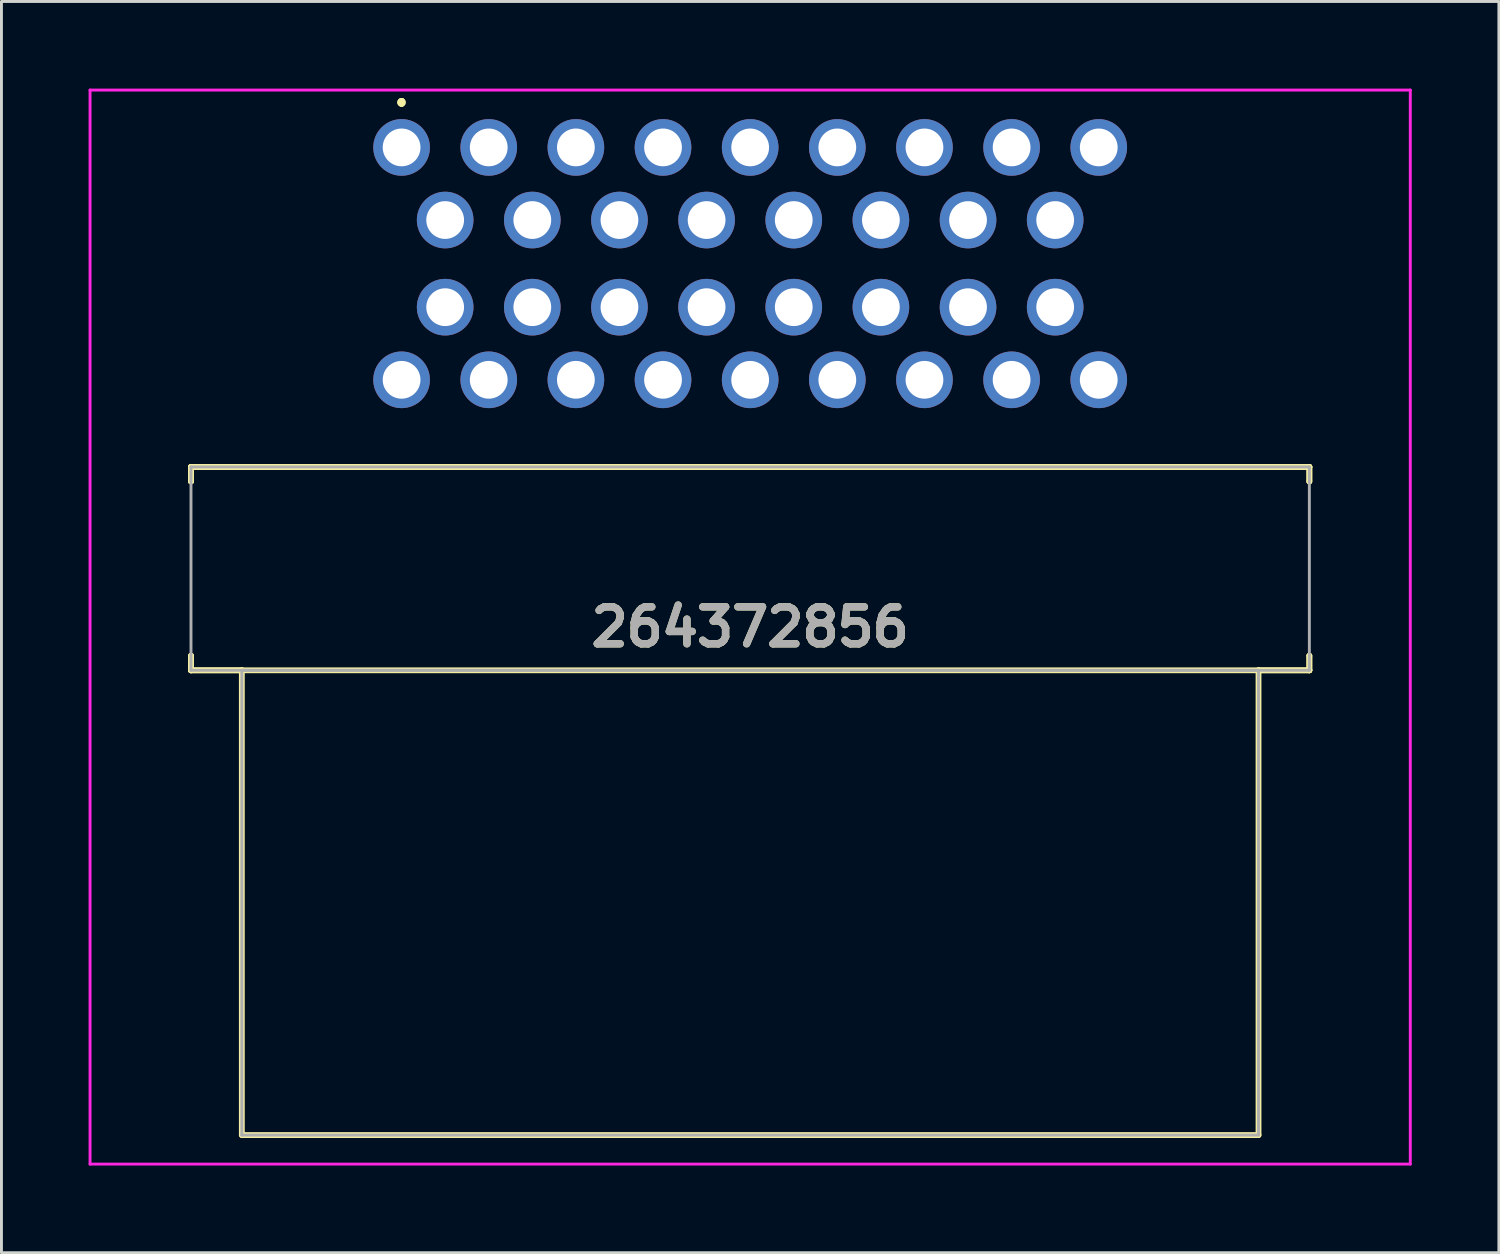
<source format=kicad_pcb>
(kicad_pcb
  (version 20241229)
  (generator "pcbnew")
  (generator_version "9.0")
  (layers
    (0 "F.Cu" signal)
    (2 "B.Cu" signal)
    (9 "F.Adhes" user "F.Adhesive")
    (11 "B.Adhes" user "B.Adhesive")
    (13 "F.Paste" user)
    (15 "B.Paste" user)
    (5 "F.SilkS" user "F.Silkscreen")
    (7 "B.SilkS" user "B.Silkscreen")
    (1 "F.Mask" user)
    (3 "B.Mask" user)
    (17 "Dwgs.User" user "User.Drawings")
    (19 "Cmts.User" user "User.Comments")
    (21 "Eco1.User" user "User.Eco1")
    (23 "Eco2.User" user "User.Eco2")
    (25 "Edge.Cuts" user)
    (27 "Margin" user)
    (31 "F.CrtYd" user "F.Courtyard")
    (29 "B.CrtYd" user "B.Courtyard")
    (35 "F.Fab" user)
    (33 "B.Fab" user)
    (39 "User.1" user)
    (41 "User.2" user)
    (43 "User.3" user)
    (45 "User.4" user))
  (footprint "264372856"
    (layer "F.Cu")
    (at 10.775 2.025)
    (property "Reference" "264372856" (at 12 16.512 0) (layer "F.SilkS") (effects (font (size 1.27 1.27) (thickness 0.254))))
    (attr through_hole)
    (fp_line (start -7.25 11) (end -7.25 11) (stroke (width 0.2) (type solid)) (layer "F.SilkS"))
    (fp_line (start -7.25 11) (end -7.25 11) (stroke (width 0.2) (type solid)) (layer "F.SilkS"))
    (fp_line (start -7.25 11) (end -7.25 11.5) (stroke (width 0.2) (type solid)) (layer "F.SilkS"))
    (fp_line (start -7.25 11) (end 31.25 11) (stroke (width 0.2) (type solid)) (layer "F.SilkS"))
    (fp_line (start -7.25 11.5) (end -7.25 11) (stroke (width 0.2) (type solid)) (layer "F.SilkS"))
    (fp_line (start -7.25 11.5) (end -7.25 11.5) (stroke (width 0.2) (type solid)) (layer "F.SilkS"))
    (fp_line (start -7.25 17.5) (end -7.25 17.5) (stroke (width 0.2) (type solid)) (layer "F.SilkS"))
    (fp_line (start -7.25 17.5) (end -7.25 18) (stroke (width 0.2) (type solid)) (layer "F.SilkS"))
    (fp_line (start -7.25 18) (end -7.25 17.5) (stroke (width 0.2) (type solid)) (layer "F.SilkS"))
    (fp_line (start -7.25 18) (end -7.25 18) (stroke (width 0.2) (type solid)) (layer "F.SilkS"))
    (fp_line (start -7.25 18) (end -7.25 18) (stroke (width 0.2) (type solid)) (layer "F.SilkS"))
    (fp_line (start -7.25 18) (end -5.5 18) (stroke (width 0.2) (type solid)) (layer "F.SilkS"))
    (fp_line (start -5.5 18) (end -7.25 18) (stroke (width 0.2) (type solid)) (layer "F.SilkS"))
    (fp_line (start -5.5 18) (end -5.5 18) (stroke (width 0.2) (type solid)) (layer "F.SilkS"))
    (fp_line (start -5.5 18) (end 29.5 18) (stroke (width 0.2) (type solid)) (layer "F.SilkS"))
    (fp_line (start -5.5 34) (end -5.5 18) (stroke (width 0.2) (type solid)) (layer "F.SilkS"))
    (fp_line (start 0 -1.6) (end 0 -1.6) (stroke (width 0.2) (type solid)) (layer "F.SilkS"))
    (fp_line (start 0 -1.6) (end 0 -1.6) (stroke (width 0.2) (type solid)) (layer "F.SilkS"))
    (fp_line (start 0 -1.5) (end 0 -1.5) (stroke (width 0.2) (type solid)) (layer "F.SilkS"))
    (fp_line (start 29.5 18) (end 29.5 18) (stroke (width 0.2) (type solid)) (layer "F.SilkS"))
    (fp_line (start 29.5 18) (end 29.5 34) (stroke (width 0.2) (type solid)) (layer "F.SilkS"))
    (fp_line (start 29.5 18) (end 31.25 18) (stroke (width 0.2) (type solid)) (layer "F.SilkS"))
    (fp_line (start 29.5 34) (end -5.5 34) (stroke (width 0.2) (type solid)) (layer "F.SilkS"))
    (fp_line (start 31.25 11) (end -7.25 11) (stroke (width 0.2) (type solid)) (layer "F.SilkS"))
    (fp_line (start 31.25 11) (end 31.25 11) (stroke (width 0.2) (type solid)) (layer "F.SilkS"))
    (fp_line (start 31.25 11) (end 31.25 11) (stroke (width 0.2) (type solid)) (layer "F.SilkS"))
    (fp_line (start 31.25 11) (end 31.25 11.5) (stroke (width 0.2) (type solid)) (layer "F.SilkS"))
    (fp_line (start 31.25 11.5) (end 31.25 11) (stroke (width 0.2) (type solid)) (layer "F.SilkS"))
    (fp_line (start 31.25 11.5) (end 31.25 11.5) (stroke (width 0.2) (type solid)) (layer "F.SilkS"))
    (fp_line (start 31.25 17.5) (end 31.25 17.5) (stroke (width 0.2) (type solid)) (layer "F.SilkS"))
    (fp_line (start 31.25 17.5) (end 31.25 18) (stroke (width 0.2) (type solid)) (layer "F.SilkS"))
    (fp_line (start 31.25 18) (end 29.5 18) (stroke (width 0.2) (type solid)) (layer "F.SilkS"))
    (fp_line (start 31.25 18) (end 31.25 17.5) (stroke (width 0.2) (type solid)) (layer "F.SilkS"))
    (fp_line (start 31.25 18) (end 31.25 18) (stroke (width 0.2) (type solid)) (layer "F.SilkS"))
    (fp_line (start 31.25 18) (end 31.25 18) (stroke (width 0.2) (type solid)) (layer "F.SilkS"))
    (fp_arc (start 0 -1.6) (mid 0.05 -1.55) (end 0 -1.5) (stroke (width 0.2) (type solid)) (layer "F.SilkS"))
    (fp_arc (start 0 -1.5) (mid -0.05 -1.55) (end 0 -1.6) (stroke (width 0.2) (type solid)) (layer "F.SilkS"))
    (fp_arc (start 0 -1.5) (mid -0.05 -1.55) (end 0 -1.6) (stroke (width 0.2) (type solid)) (layer "F.SilkS"))
    (fp_line (start -10.725 -1.975) (end 34.725 -1.975) (stroke (width 0.1) (type solid)) (layer "F.CrtYd"))
    (fp_line (start -10.725 35) (end -10.725 -1.975) (stroke (width 0.1) (type solid)) (layer "F.CrtYd"))
    (fp_line (start 34.725 -1.975) (end 34.725 35) (stroke (width 0.1) (type solid)) (layer "F.CrtYd"))
    (fp_line (start 34.725 35) (end -10.725 35) (stroke (width 0.1) (type solid)) (layer "F.CrtYd"))
    (fp_line (start -7.25 11) (end 31.25 11) (stroke (width 0.1) (type solid)) (layer "F.Fab"))
    (fp_line (start -7.25 18) (end -7.25 11) (stroke (width 0.1) (type solid)) (layer "F.Fab"))
    (fp_line (start -5.5 18) (end 29.5 18) (stroke (width 0.1) (type solid)) (layer "F.Fab"))
    (fp_line (start -5.5 34) (end -5.5 18) (stroke (width 0.1) (type solid)) (layer "F.Fab"))
    (fp_line (start 29.5 18) (end 29.5 34) (stroke (width 0.1) (type solid)) (layer "F.Fab"))
    (fp_line (start 29.5 34) (end -5.5 34) (stroke (width 0.1) (type solid)) (layer "F.Fab"))
    (fp_line (start 31.25 11) (end 31.25 18) (stroke (width 0.1) (type solid)) (layer "F.Fab"))
    (fp_line (start 31.25 18) (end -7.25 18) (stroke (width 0.1) (type solid)) (layer "F.Fab"))
    (fp_text user "${REFERENCE}" (at 12 16.512 0) (layer "F.Fab") (effects (font (size 1.27 1.27) (thickness 0.254))))
    (pad "" np_thru_hole circle (at -7.25 14.5) (size 0.001 0.001) (drill 3.3) (layers "*.Cu" "*.Mask"))
    (pad "" np_thru_hole circle (at 31.25 14.5) (size 0.001 0.001) (drill 3.3) (layers "*.Cu" "*.Mask"))
    (pad "1" thru_hole circle (at 0 0) (size 1.95 1.95) (drill 1.3) (layers "*.Cu" "*.Mask"))
    (pad "2" thru_hole circle (at 3 0) (size 1.95 1.95) (drill 1.3) (layers "*.Cu" "*.Mask"))
    (pad "3" thru_hole circle (at 6 0) (size 1.95 1.95) (drill 1.3) (layers "*.Cu" "*.Mask"))
    (pad "4" thru_hole circle (at 9 0) (size 1.95 1.95) (drill 1.3) (layers "*.Cu" "*.Mask"))
    (pad "5" thru_hole circle (at 12 0) (size 1.95 1.95) (drill 1.3) (layers "*.Cu" "*.Mask"))
    (pad "6" thru_hole circle (at 15 0) (size 1.95 1.95) (drill 1.3) (layers "*.Cu" "*.Mask"))
    (pad "7" thru_hole circle (at 18 0) (size 1.95 1.95) (drill 1.3) (layers "*.Cu" "*.Mask"))
    (pad "8" thru_hole circle (at 21 0) (size 1.95 1.95) (drill 1.3) (layers "*.Cu" "*.Mask"))
    (pad "9" thru_hole circle (at 24 0) (size 1.95 1.95) (drill 1.3) (layers "*.Cu" "*.Mask"))
    (pad "10" thru_hole circle (at 1.5 2.5) (size 1.95 1.95) (drill 1.3) (layers "*.Cu" "*.Mask"))
    (pad "11" thru_hole circle (at 4.5 2.5) (size 1.95 1.95) (drill 1.3) (layers "*.Cu" "*.Mask"))
    (pad "12" thru_hole circle (at 7.5 2.5) (size 1.95 1.95) (drill 1.3) (layers "*.Cu" "*.Mask"))
    (pad "13" thru_hole circle (at 10.5 2.5) (size 1.95 1.95) (drill 1.3) (layers "*.Cu" "*.Mask"))
    (pad "14" thru_hole circle (at 13.5 2.5) (size 1.95 1.95) (drill 1.3) (layers "*.Cu" "*.Mask"))
    (pad "15" thru_hole circle (at 16.5 2.5) (size 1.95 1.95) (drill 1.3) (layers "*.Cu" "*.Mask"))
    (pad "16" thru_hole circle (at 19.5 2.5) (size 1.95 1.95) (drill 1.3) (layers "*.Cu" "*.Mask"))
    (pad "17" thru_hole circle (at 22.5 2.5) (size 1.95 1.95) (drill 1.3) (layers "*.Cu" "*.Mask"))
    (pad "18" thru_hole circle (at 1.5 5.5) (size 1.95 1.95) (drill 1.3) (layers "*.Cu" "*.Mask"))
    (pad "19" thru_hole circle (at 4.5 5.5) (size 1.95 1.95) (drill 1.3) (layers "*.Cu" "*.Mask"))
    (pad "20" thru_hole circle (at 7.5 5.5) (size 1.95 1.95) (drill 1.3) (layers "*.Cu" "*.Mask"))
    (pad "21" thru_hole circle (at 10.5 5.5) (size 1.95 1.95) (drill 1.3) (layers "*.Cu" "*.Mask"))
    (pad "22" thru_hole circle (at 13.5 5.5) (size 1.95 1.95) (drill 1.3) (layers "*.Cu" "*.Mask"))
    (pad "23" thru_hole circle (at 16.5 5.5) (size 1.95 1.95) (drill 1.3) (layers "*.Cu" "*.Mask"))
    (pad "24" thru_hole circle (at 19.5 5.5) (size 1.95 1.95) (drill 1.3) (layers "*.Cu" "*.Mask"))
    (pad "25" thru_hole circle (at 22.5 5.5) (size 1.95 1.95) (drill 1.3) (layers "*.Cu" "*.Mask"))
    (pad "26" thru_hole circle (at 0 8) (size 1.95 1.95) (drill 1.3) (layers "*.Cu" "*.Mask"))
    (pad "27" thru_hole circle (at 3 8) (size 1.95 1.95) (drill 1.3) (layers "*.Cu" "*.Mask"))
    (pad "28" thru_hole circle (at 6 8) (size 1.95 1.95) (drill 1.3) (layers "*.Cu" "*.Mask"))
    (pad "29" thru_hole circle (at 9 8) (size 1.95 1.95) (drill 1.3) (layers "*.Cu" "*.Mask"))
    (pad "30" thru_hole circle (at 12 8) (size 1.95 1.95) (drill 1.3) (layers "*.Cu" "*.Mask"))
    (pad "31" thru_hole circle (at 15 8) (size 1.95 1.95) (drill 1.3) (layers "*.Cu" "*.Mask"))
    (pad "32" thru_hole circle (at 18 8) (size 1.95 1.95) (drill 1.3) (layers "*.Cu" "*.Mask"))
    (pad "33" thru_hole circle (at 21 8) (size 1.95 1.95) (drill 1.3) (layers "*.Cu" "*.Mask"))
    (pad "34" thru_hole circle (at 24 8) (size 1.95 1.95) (drill 1.3) (layers "*.Cu" "*.Mask")))
  (gr_rect
    (start -3 -3)
    (end 48.55 40.075)
    (stroke (width 0.1) (type default))
    (fill no)
    (layer "Edge.Cuts")))
</source>
